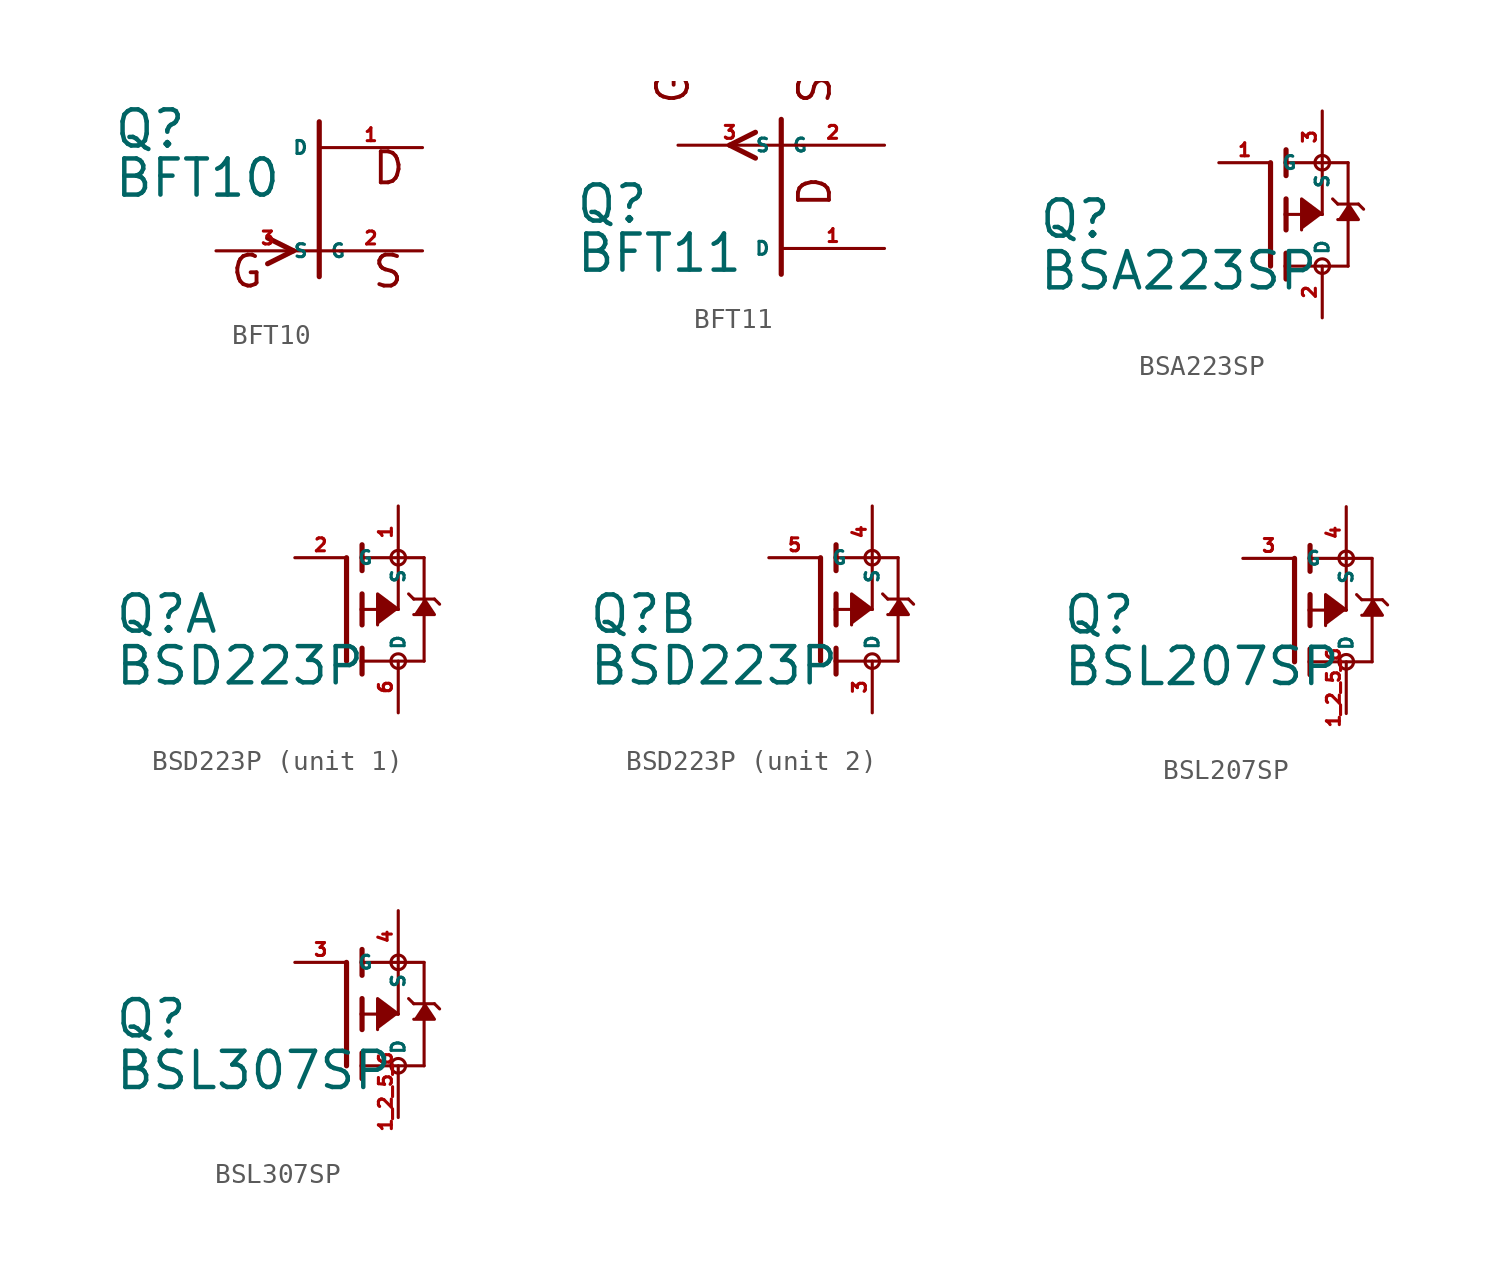
<source format=kicad_sym>
(kicad_symbol_lib
  (version 20220914)
  (generator Eagle2Kicad)
  (symbol "BFT10"
    (property "Reference" "Q"
      (at -10.16 2.413 0)
      (effects (font (size 1.778 1.778) (thickness 0.22)) (justify left bottom)))
    (property "Value" "BFT10"
      (at -10.16 0 0)
      (effects (font (size 1.778 1.778) (thickness 0.22)) (justify left bottom)))
    (polyline
      (pts (xy 0 -3.81) (xy 0 3.81))
      (stroke (width 0.254) (type default))
      (fill (type none)))
    (polyline
      (pts (xy -2.54 -1.905) (xy -1.27 -2.54))
      (stroke (width 0.254) (type default))
      (fill (type none)))
    (polyline
      (pts (xy -1.27 -2.54) (xy -2.54 -3.175))
      (stroke (width 0.254) (type default))
      (fill (type none)))
    (text "D"
      (at 2.54 0.635 0)
      (effects (font (size 1.524 1.524) (thickness 0.19)) (justify left bottom)))
    (text "S"
      (at 2.54 -4.445 0)
      (effects (font (size 1.524 1.524) (thickness 0.19)) (justify left bottom)))
    (text "G"
      (at -4.445 -4.445 0)
      (effects (font (size 1.524 1.524) (thickness 0.19)) (justify left bottom)))
    (pin passive line
      (at -5.08 -2.54 0)
      (length 5.08)
      (name "G" (effects (font (size 0.635 0.635) (thickness 0.08)) (justify left bottom)))
      (number "3" (effects (font (size 0.635 0.635) (thickness 0.08)) (justify left bottom))))
    (pin passive line
      (at 5.08 2.54 180)
      (length 5.08)
      (name "D" (effects (font (size 0.635 0.635) (thickness 0.08)) (justify left bottom)))
      (number "1" (effects (font (size 0.635 0.635) (thickness 0.08)) (justify left bottom))))
    (pin passive line
      (at 5.08 -2.54 180)
      (length 5.08)
      (name "S" (effects (font (size 0.635 0.635) (thickness 0.08)) (justify left bottom)))
      (number "2" (effects (font (size 0.635 0.635) (thickness 0.08)) (justify left bottom)))))
  (symbol "BFT11"
    (property "Reference" "Q"
      (at -10.16 -1.397 0)
      (effects (font (size 1.778 1.778) (thickness 0.22)) (justify left bottom)))
    (property "Value" "BFT11"
      (at -10.16 -3.81 0)
      (effects (font (size 1.778 1.778) (thickness 0.22)) (justify left bottom)))
    (polyline
      (pts (xy 0 -3.81) (xy 0 3.81))
      (stroke (width 0.254) (type default))
      (fill (type none)))
    (polyline
      (pts (xy -2.54 2.54) (xy -1.27 1.905))
      (stroke (width 0.254) (type default))
      (fill (type none)))
    (polyline
      (pts (xy -2.54 2.54) (xy -1.27 3.175))
      (stroke (width 0.254) (type default))
      (fill (type none)))
    (text "D"
      (at 2.54 -0.635 1800)
      (effects (font (size 1.524 1.524) (thickness 0.19)) (justify left bottom mirror)))
    (text "S"
      (at 2.54 4.445 1800)
      (effects (font (size 1.524 1.524) (thickness 0.19)) (justify left bottom mirror)))
    (text "G"
      (at -4.445 4.445 1800)
      (effects (font (size 1.524 1.524) (thickness 0.19)) (justify left bottom mirror)))
    (pin passive line
      (at -5.08 2.54 0)
      (length 5.08)
      (name "G" (effects (font (size 0.635 0.635) (thickness 0.08)) (justify left bottom)))
      (number "3" (effects (font (size 0.635 0.635) (thickness 0.08)) (justify left bottom))))
    (pin passive line
      (at 5.08 -2.54 180)
      (length 5.08)
      (name "D" (effects (font (size 0.635 0.635) (thickness 0.08)) (justify left bottom)))
      (number "1" (effects (font (size 0.635 0.635) (thickness 0.08)) (justify left bottom))))
    (pin passive line
      (at 5.08 2.54 180)
      (length 5.08)
      (name "S" (effects (font (size 0.635 0.635) (thickness 0.08)) (justify left bottom)))
      (number "2" (effects (font (size 0.635 0.635) (thickness 0.08)) (justify left bottom)))))
  (symbol "BSA223SP"
    (property "Reference" "Q"
      (at -11.43 -1.27 0)
      (effects (font (size 1.778 1.778) (thickness 0.22)) (justify left bottom)))
    (property "Value" "BSA223SP"
      (at -11.43 -3.81 0)
      (effects (font (size 1.778 1.778) (thickness 0.22)) (justify left bottom)))
    (polyline
      (pts (xy 3.81 0.508) (xy 4.318 -0.254) (xy 3.302 -0.254))
      (stroke (width 0.152) (type default))
      (fill (type outline)))
    (polyline
      (pts (xy 2.54 0) (xy 1.524 0.762) (xy 1.524 -0.762))
      (stroke (width 0.152) (type default))
      (fill (type outline)))
    (polyline
      (pts (xy 0.762 -0.762) (xy 0.762 0))
      (stroke (width 0.254) (type default))
      (fill (type none)))
    (polyline
      (pts (xy 0.762 0) (xy 0.762 0.762))
      (stroke (width 0.254) (type default))
      (fill (type none)))
    (polyline
      (pts (xy 0.762 -3.175) (xy 0.762 -2.54))
      (stroke (width 0.254) (type default))
      (fill (type none)))
    (polyline
      (pts (xy 0.762 -2.54) (xy 0.762 -1.905))
      (stroke (width 0.254) (type default))
      (fill (type none)))
    (polyline
      (pts (xy 0.762 0) (xy 2.54 0))
      (stroke (width 0.152) (type default))
      (fill (type none)))
    (polyline
      (pts (xy 2.54 0) (xy 2.54 2.54))
      (stroke (width 0.152) (type default))
      (fill (type none)))
    (polyline
      (pts (xy 0.762 1.905) (xy 0.762 2.54))
      (stroke (width 0.254) (type default))
      (fill (type none)))
    (polyline
      (pts (xy 0.762 2.54) (xy 0.762 3.175))
      (stroke (width 0.254) (type default))
      (fill (type none)))
    (polyline
      (pts (xy 0 -2.54) (xy 0 2.54))
      (stroke (width 0.254) (type default))
      (fill (type none)))
    (polyline
      (pts (xy 2.54 2.54) (xy 0.762 2.54))
      (stroke (width 0.152) (type default))
      (fill (type none)))
    (polyline
      (pts (xy 3.81 -2.54) (xy 3.81 0.508))
      (stroke (width 0.152) (type default))
      (fill (type none)))
    (polyline
      (pts (xy 3.81 0.508) (xy 3.81 2.54))
      (stroke (width 0.152) (type default))
      (fill (type none)))
    (polyline
      (pts (xy 2.54 2.54) (xy 3.81 2.54))
      (stroke (width 0.152) (type default))
      (fill (type none)))
    (polyline
      (pts (xy 0.762 -2.54) (xy 3.81 -2.54))
      (stroke (width 0.152) (type default))
      (fill (type none)))
    (polyline
      (pts (xy 3.048 0.762) (xy 3.302 0.508))
      (stroke (width 0.152) (type default))
      (fill (type none)))
    (polyline
      (pts (xy 3.302 0.508) (xy 3.81 0.508))
      (stroke (width 0.152) (type default))
      (fill (type none)))
    (polyline
      (pts (xy 3.81 0.508) (xy 4.318 0.508))
      (stroke (width 0.152) (type default))
      (fill (type none)))
    (polyline
      (pts (xy 4.318 0.508) (xy 4.572 0.254))
      (stroke (width 0.152) (type default))
      (fill (type none)))
    (circle
      (center 2.54 2.54)
      (radius 0.359)
      (stroke (width 0) (type default))
      (fill (type none)))
    (circle
      (center 2.54 -2.54)
      (radius 0.359)
      (stroke (width 0) (type default))
      (fill (type none)))
    (pin passive line
      (at 2.54 5.08 270)
      (length 2.54)
      (name "S" (effects (font (size 0.635 0.635) (thickness 0.08)) (justify left bottom)))
      (number "3" (effects (font (size 0.635 0.635) (thickness 0.08)) (justify left bottom))))
    (pin passive line
      (at -2.54 2.54 0)
      (length 2.54)
      (name "G" (effects (font (size 0.635 0.635) (thickness 0.08)) (justify left bottom)))
      (number "1" (effects (font (size 0.635 0.635) (thickness 0.08)) (justify left bottom))))
    (pin passive line
      (at 2.54 -5.08 90)
      (length 2.54)
      (name "D" (effects (font (size 0.635 0.635) (thickness 0.08)) (justify left bottom)))
      (number "2" (effects (font (size 0.635 0.635) (thickness 0.08)) (justify left bottom)))))
  (symbol "BSD223P"
    (property "Reference" "Q"
      (at -11.43 -1.27 0)
      (effects (font (size 1.778 1.778) (thickness 0.22)) (justify left bottom)))
    (property "Value" "BSD223P"
      (at -11.43 -3.81 0)
      (effects (font (size 1.778 1.778) (thickness 0.22)) (justify left bottom)))
    (symbol "BSD223P_1_0"
      (polyline (pts (xy 3.81 0.508) (xy 4.318 -0.254) (xy 3.302 -0.254)) (stroke (width 0.152) (type default)) (fill (type outline)))
      (polyline (pts (xy 2.54 0) (xy 1.524 0.762) (xy 1.524 -0.762)) (stroke (width 0.152) (type default)) (fill (type outline)))
      (polyline (pts (xy 0.762 -0.762) (xy 0.762 0)) (stroke (width 0.254) (type default)) (fill (type none)))
      (polyline (pts (xy 0.762 0) (xy 0.762 0.762)) (stroke (width 0.254) (type default)) (fill (type none)))
      (polyline (pts (xy 0.762 -3.175) (xy 0.762 -2.54)) (stroke (width 0.254) (type default)) (fill (type none)))
      (polyline (pts (xy 0.762 -2.54) (xy 0.762 -1.905)) (stroke (width 0.254) (type default)) (fill (type none)))
      (polyline (pts (xy 0.762 0) (xy 2.54 0)) (stroke (width 0.152) (type default)) (fill (type none)))
      (polyline (pts (xy 2.54 0) (xy 2.54 2.54)) (stroke (width 0.152) (type default)) (fill (type none)))
      (polyline (pts (xy 0.762 1.905) (xy 0.762 2.54)) (stroke (width 0.254) (type default)) (fill (type none)))
      (polyline (pts (xy 0.762 2.54) (xy 0.762 3.175)) (stroke (width 0.254) (type default)) (fill (type none)))
      (polyline (pts (xy 0 -2.54) (xy 0 2.54)) (stroke (width 0.254) (type default)) (fill (type none)))
      (polyline (pts (xy 2.54 2.54) (xy 0.762 2.54)) (stroke (width 0.152) (type default)) (fill (type none)))
      (polyline (pts (xy 3.81 -2.54) (xy 3.81 0.508)) (stroke (width 0.152) (type default)) (fill (type none)))
      (polyline (pts (xy 3.81 0.508) (xy 3.81 2.54)) (stroke (width 0.152) (type default)) (fill (type none)))
      (polyline (pts (xy 2.54 2.54) (xy 3.81 2.54)) (stroke (width 0.152) (type default)) (fill (type none)))
      (polyline (pts (xy 0.762 -2.54) (xy 3.81 -2.54)) (stroke (width 0.152) (type default)) (fill (type none)))
      (polyline (pts (xy 3.048 0.762) (xy 3.302 0.508)) (stroke (width 0.152) (type default)) (fill (type none)))
      (polyline (pts (xy 3.302 0.508) (xy 3.81 0.508)) (stroke (width 0.152) (type default)) (fill (type none)))
      (polyline (pts (xy 3.81 0.508) (xy 4.318 0.508)) (stroke (width 0.152) (type default)) (fill (type none)))
      (polyline (pts (xy 4.318 0.508) (xy 4.572 0.254)) (stroke (width 0.152) (type default)) (fill (type none)))
      (circle (center 2.54 2.54) (radius 0.359) (stroke (width 0) (type default)) (fill (type none)))
      (circle (center 2.54 -2.54) (radius 0.359) (stroke (width 0) (type default)) (fill (type none)))
      (pin passive line (at 2.54 5.08 270) (length 2.54) (name "S" (effects (font (size 0.635 0.635) (thickness 0.08)) (justify left bottom))) (number "1" (effects (font (size 0.635 0.635) (thickness 0.08)) (justify left bottom))))
      (pin passive line (at -2.54 2.54 0) (length 2.54) (name "G" (effects (font (size 0.635 0.635) (thickness 0.08)) (justify left bottom))) (number "2" (effects (font (size 0.635 0.635) (thickness 0.08)) (justify left bottom))))
      (pin passive line (at 2.54 -5.08 90) (length 2.54) (name "D" (effects (font (size 0.635 0.635) (thickness 0.08)) (justify left bottom))) (number "6" (effects (font (size 0.635 0.635) (thickness 0.08)) (justify left bottom)))))
    (symbol "BSD223P_2_0"
      (polyline (pts (xy 3.81 0.508) (xy 4.318 -0.254) (xy 3.302 -0.254)) (stroke (width 0.152) (type default)) (fill (type outline)))
      (polyline (pts (xy 2.54 0) (xy 1.524 0.762) (xy 1.524 -0.762)) (stroke (width 0.152) (type default)) (fill (type outline)))
      (polyline (pts (xy 0.762 -0.762) (xy 0.762 0)) (stroke (width 0.254) (type default)) (fill (type none)))
      (polyline (pts (xy 0.762 0) (xy 0.762 0.762)) (stroke (width 0.254) (type default)) (fill (type none)))
      (polyline (pts (xy 0.762 -3.175) (xy 0.762 -2.54)) (stroke (width 0.254) (type default)) (fill (type none)))
      (polyline (pts (xy 0.762 -2.54) (xy 0.762 -1.905)) (stroke (width 0.254) (type default)) (fill (type none)))
      (polyline (pts (xy 0.762 0) (xy 2.54 0)) (stroke (width 0.152) (type default)) (fill (type none)))
      (polyline (pts (xy 2.54 0) (xy 2.54 2.54)) (stroke (width 0.152) (type default)) (fill (type none)))
      (polyline (pts (xy 0.762 1.905) (xy 0.762 2.54)) (stroke (width 0.254) (type default)) (fill (type none)))
      (polyline (pts (xy 0.762 2.54) (xy 0.762 3.175)) (stroke (width 0.254) (type default)) (fill (type none)))
      (polyline (pts (xy 0 -2.54) (xy 0 2.54)) (stroke (width 0.254) (type default)) (fill (type none)))
      (polyline (pts (xy 2.54 2.54) (xy 0.762 2.54)) (stroke (width 0.152) (type default)) (fill (type none)))
      (polyline (pts (xy 3.81 -2.54) (xy 3.81 0.508)) (stroke (width 0.152) (type default)) (fill (type none)))
      (polyline (pts (xy 3.81 0.508) (xy 3.81 2.54)) (stroke (width 0.152) (type default)) (fill (type none)))
      (polyline (pts (xy 2.54 2.54) (xy 3.81 2.54)) (stroke (width 0.152) (type default)) (fill (type none)))
      (polyline (pts (xy 0.762 -2.54) (xy 3.81 -2.54)) (stroke (width 0.152) (type default)) (fill (type none)))
      (polyline (pts (xy 3.048 0.762) (xy 3.302 0.508)) (stroke (width 0.152) (type default)) (fill (type none)))
      (polyline (pts (xy 3.302 0.508) (xy 3.81 0.508)) (stroke (width 0.152) (type default)) (fill (type none)))
      (polyline (pts (xy 3.81 0.508) (xy 4.318 0.508)) (stroke (width 0.152) (type default)) (fill (type none)))
      (polyline (pts (xy 4.318 0.508) (xy 4.572 0.254)) (stroke (width 0.152) (type default)) (fill (type none)))
      (circle (center 2.54 2.54) (radius 0.359) (stroke (width 0) (type default)) (fill (type none)))
      (circle (center 2.54 -2.54) (radius 0.359) (stroke (width 0) (type default)) (fill (type none)))
      (pin passive line (at 2.54 5.08 270) (length 2.54) (name "S" (effects (font (size 0.635 0.635) (thickness 0.08)) (justify left bottom))) (number "4" (effects (font (size 0.635 0.635) (thickness 0.08)) (justify left bottom))))
      (pin passive line (at -2.54 2.54 0) (length 2.54) (name "G" (effects (font (size 0.635 0.635) (thickness 0.08)) (justify left bottom))) (number "5" (effects (font (size 0.635 0.635) (thickness 0.08)) (justify left bottom))))
      (pin passive line (at 2.54 -5.08 90) (length 2.54) (name "D" (effects (font (size 0.635 0.635) (thickness 0.08)) (justify left bottom))) (number "3" (effects (font (size 0.635 0.635) (thickness 0.08)) (justify left bottom))))))
  (symbol "BSL207SP"
    (property "Reference" "Q"
      (at -11.43 -1.27 0)
      (effects (font (size 1.778 1.778) (thickness 0.22)) (justify left bottom)))
    (property "Value" "BSL207SP"
      (at -11.43 -3.81 0)
      (effects (font (size 1.778 1.778) (thickness 0.22)) (justify left bottom)))
    (polyline
      (pts (xy 3.81 0.508) (xy 4.318 -0.254) (xy 3.302 -0.254))
      (stroke (width 0.152) (type default))
      (fill (type outline)))
    (polyline
      (pts (xy 2.54 0) (xy 1.524 0.762) (xy 1.524 -0.762))
      (stroke (width 0.152) (type default))
      (fill (type outline)))
    (polyline
      (pts (xy 0.762 -0.762) (xy 0.762 0))
      (stroke (width 0.254) (type default))
      (fill (type none)))
    (polyline
      (pts (xy 0.762 0) (xy 0.762 0.762))
      (stroke (width 0.254) (type default))
      (fill (type none)))
    (polyline
      (pts (xy 0.762 -3.175) (xy 0.762 -2.54))
      (stroke (width 0.254) (type default))
      (fill (type none)))
    (polyline
      (pts (xy 0.762 -2.54) (xy 0.762 -1.905))
      (stroke (width 0.254) (type default))
      (fill (type none)))
    (polyline
      (pts (xy 0.762 0) (xy 2.54 0))
      (stroke (width 0.152) (type default))
      (fill (type none)))
    (polyline
      (pts (xy 2.54 0) (xy 2.54 2.54))
      (stroke (width 0.152) (type default))
      (fill (type none)))
    (polyline
      (pts (xy 0.762 1.905) (xy 0.762 2.54))
      (stroke (width 0.254) (type default))
      (fill (type none)))
    (polyline
      (pts (xy 0.762 2.54) (xy 0.762 3.175))
      (stroke (width 0.254) (type default))
      (fill (type none)))
    (polyline
      (pts (xy 0 -2.54) (xy 0 2.54))
      (stroke (width 0.254) (type default))
      (fill (type none)))
    (polyline
      (pts (xy 2.54 2.54) (xy 0.762 2.54))
      (stroke (width 0.152) (type default))
      (fill (type none)))
    (polyline
      (pts (xy 3.81 -2.54) (xy 3.81 0.508))
      (stroke (width 0.152) (type default))
      (fill (type none)))
    (polyline
      (pts (xy 3.81 0.508) (xy 3.81 2.54))
      (stroke (width 0.152) (type default))
      (fill (type none)))
    (polyline
      (pts (xy 2.54 2.54) (xy 3.81 2.54))
      (stroke (width 0.152) (type default))
      (fill (type none)))
    (polyline
      (pts (xy 0.762 -2.54) (xy 3.81 -2.54))
      (stroke (width 0.152) (type default))
      (fill (type none)))
    (polyline
      (pts (xy 3.048 0.762) (xy 3.302 0.508))
      (stroke (width 0.152) (type default))
      (fill (type none)))
    (polyline
      (pts (xy 3.302 0.508) (xy 3.81 0.508))
      (stroke (width 0.152) (type default))
      (fill (type none)))
    (polyline
      (pts (xy 3.81 0.508) (xy 4.318 0.508))
      (stroke (width 0.152) (type default))
      (fill (type none)))
    (polyline
      (pts (xy 4.318 0.508) (xy 4.572 0.254))
      (stroke (width 0.152) (type default))
      (fill (type none)))
    (circle
      (center 2.54 2.54)
      (radius 0.359)
      (stroke (width 0) (type default))
      (fill (type none)))
    (circle
      (center 2.54 -2.54)
      (radius 0.359)
      (stroke (width 0) (type default))
      (fill (type none)))
    (pin passive line
      (at 2.54 5.08 270)
      (length 2.54)
      (name "S" (effects (font (size 0.635 0.635) (thickness 0.08)) (justify left bottom)))
      (number "4" (effects (font (size 0.635 0.635) (thickness 0.08)) (justify left bottom))))
    (pin passive line
      (at -2.54 2.54 0)
      (length 2.54)
      (name "G" (effects (font (size 0.635 0.635) (thickness 0.08)) (justify left bottom)))
      (number "3" (effects (font (size 0.635 0.635) (thickness 0.08)) (justify left bottom))))
    (pin passive line
      (at 2.54 -5.08 90)
      (length 2.54)
      (name "D" (effects (font (size 0.635 0.635) (thickness 0.08)) (justify left bottom)))
      (number "1 2 5 6" (effects (font (size 0.635 0.635) (thickness 0.08)) (justify left bottom)))))
  (symbol "BSL307SP"
    (property "Reference" "Q"
      (at -11.43 -1.27 0)
      (effects (font (size 1.778 1.778) (thickness 0.22)) (justify left bottom)))
    (property "Value" "BSL307SP"
      (at -11.43 -3.81 0)
      (effects (font (size 1.778 1.778) (thickness 0.22)) (justify left bottom)))
    (polyline
      (pts (xy 3.81 0.508) (xy 4.318 -0.254) (xy 3.302 -0.254))
      (stroke (width 0.152) (type default))
      (fill (type outline)))
    (polyline
      (pts (xy 2.54 0) (xy 1.524 0.762) (xy 1.524 -0.762))
      (stroke (width 0.152) (type default))
      (fill (type outline)))
    (polyline
      (pts (xy 0.762 -0.762) (xy 0.762 0))
      (stroke (width 0.254) (type default))
      (fill (type none)))
    (polyline
      (pts (xy 0.762 0) (xy 0.762 0.762))
      (stroke (width 0.254) (type default))
      (fill (type none)))
    (polyline
      (pts (xy 0.762 -3.175) (xy 0.762 -2.54))
      (stroke (width 0.254) (type default))
      (fill (type none)))
    (polyline
      (pts (xy 0.762 -2.54) (xy 0.762 -1.905))
      (stroke (width 0.254) (type default))
      (fill (type none)))
    (polyline
      (pts (xy 0.762 0) (xy 2.54 0))
      (stroke (width 0.152) (type default))
      (fill (type none)))
    (polyline
      (pts (xy 2.54 0) (xy 2.54 2.54))
      (stroke (width 0.152) (type default))
      (fill (type none)))
    (polyline
      (pts (xy 0.762 1.905) (xy 0.762 2.54))
      (stroke (width 0.254) (type default))
      (fill (type none)))
    (polyline
      (pts (xy 0.762 2.54) (xy 0.762 3.175))
      (stroke (width 0.254) (type default))
      (fill (type none)))
    (polyline
      (pts (xy 0 -2.54) (xy 0 2.54))
      (stroke (width 0.254) (type default))
      (fill (type none)))
    (polyline
      (pts (xy 2.54 2.54) (xy 0.762 2.54))
      (stroke (width 0.152) (type default))
      (fill (type none)))
    (polyline
      (pts (xy 3.81 -2.54) (xy 3.81 0.508))
      (stroke (width 0.152) (type default))
      (fill (type none)))
    (polyline
      (pts (xy 3.81 0.508) (xy 3.81 2.54))
      (stroke (width 0.152) (type default))
      (fill (type none)))
    (polyline
      (pts (xy 2.54 2.54) (xy 3.81 2.54))
      (stroke (width 0.152) (type default))
      (fill (type none)))
    (polyline
      (pts (xy 0.762 -2.54) (xy 3.81 -2.54))
      (stroke (width 0.152) (type default))
      (fill (type none)))
    (polyline
      (pts (xy 3.048 0.762) (xy 3.302 0.508))
      (stroke (width 0.152) (type default))
      (fill (type none)))
    (polyline
      (pts (xy 3.302 0.508) (xy 3.81 0.508))
      (stroke (width 0.152) (type default))
      (fill (type none)))
    (polyline
      (pts (xy 3.81 0.508) (xy 4.318 0.508))
      (stroke (width 0.152) (type default))
      (fill (type none)))
    (polyline
      (pts (xy 4.318 0.508) (xy 4.572 0.254))
      (stroke (width 0.152) (type default))
      (fill (type none)))
    (circle
      (center 2.54 2.54)
      (radius 0.359)
      (stroke (width 0) (type default))
      (fill (type none)))
    (circle
      (center 2.54 -2.54)
      (radius 0.359)
      (stroke (width 0) (type default))
      (fill (type none)))
    (pin passive line
      (at 2.54 5.08 270)
      (length 2.54)
      (name "S" (effects (font (size 0.635 0.635) (thickness 0.08)) (justify left bottom)))
      (number "4" (effects (font (size 0.635 0.635) (thickness 0.08)) (justify left bottom))))
    (pin passive line
      (at -2.54 2.54 0)
      (length 2.54)
      (name "G" (effects (font (size 0.635 0.635) (thickness 0.08)) (justify left bottom)))
      (number "3" (effects (font (size 0.635 0.635) (thickness 0.08)) (justify left bottom))))
    (pin passive line
      (at 2.54 -5.08 90)
      (length 2.54)
      (name "D" (effects (font (size 0.635 0.635) (thickness 0.08)) (justify left bottom)))
      (number "1 2 5 6" (effects (font (size 0.635 0.635) (thickness 0.08)) (justify left bottom))))))
</source>
